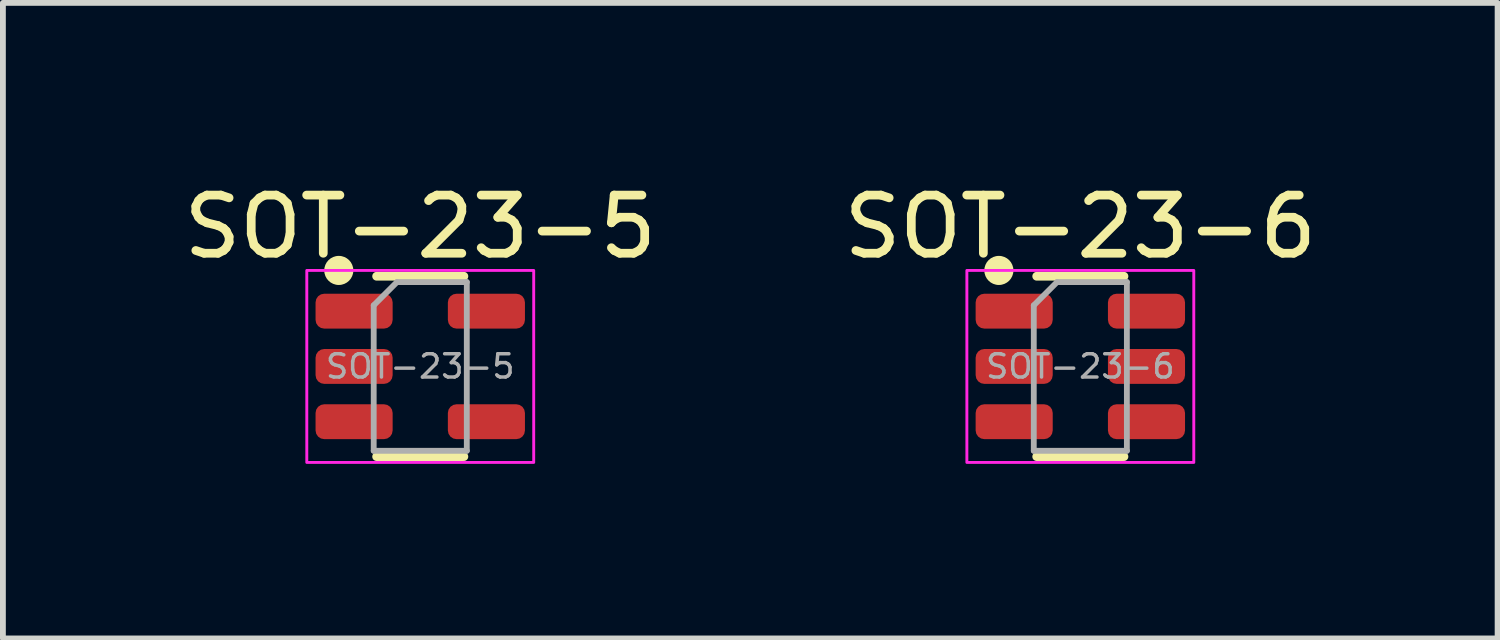
<source format=kicad_pcb>
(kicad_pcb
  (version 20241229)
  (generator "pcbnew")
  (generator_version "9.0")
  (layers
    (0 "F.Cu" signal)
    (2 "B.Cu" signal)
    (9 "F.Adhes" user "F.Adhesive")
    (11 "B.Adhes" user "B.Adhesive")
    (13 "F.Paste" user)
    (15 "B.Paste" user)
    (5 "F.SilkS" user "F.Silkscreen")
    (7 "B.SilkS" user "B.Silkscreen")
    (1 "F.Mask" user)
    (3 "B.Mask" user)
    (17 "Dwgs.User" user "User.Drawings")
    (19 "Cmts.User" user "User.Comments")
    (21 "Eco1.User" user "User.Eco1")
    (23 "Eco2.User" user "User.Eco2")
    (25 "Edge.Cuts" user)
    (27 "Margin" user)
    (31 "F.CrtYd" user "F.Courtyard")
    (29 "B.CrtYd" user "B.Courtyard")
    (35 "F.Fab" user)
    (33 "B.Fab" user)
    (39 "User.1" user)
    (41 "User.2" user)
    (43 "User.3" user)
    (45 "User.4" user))
  (footprint "SOT-23-6"
    (layer "F.Cu")
    (at 15.518 3.248)
    (property "Reference" "SOT-23-6" (at 0 -2.4 0) (layer "F.SilkS") (effects (font (size 1 1) (thickness 0.15))))
    (attr smd)
    (fp_line (start -0.75 -1.55) (end 0.75 -1.55) (stroke (width 0.15) (type solid)) (layer "F.SilkS"))
    (fp_line (start -0.75 1.55) (end 0.75 1.55) (stroke (width 0.15) (type solid)) (layer "F.SilkS"))
    (fp_circle (center -1.4 -1.65) (end -1.2 -1.65) (stroke (width 0.1) (type solid)) (fill yes) (layer "F.SilkS"))
    (fp_rect (start -1.95 -1.65) (end 1.95 1.65) (stroke (width 0.05) (type solid)) (fill no) (layer "F.CrtYd"))
    (fp_line (start -0.8 -1.05) (end -0.4 -1.45) (stroke (width 0.1) (type solid)) (layer "F.Fab"))
    (fp_line (start -0.8 1.45) (end -0.8 -1.05) (stroke (width 0.1) (type solid)) (layer "F.Fab"))
    (fp_line (start -0.4 -1.45) (end 0.8 -1.45) (stroke (width 0.1) (type solid)) (layer "F.Fab"))
    (fp_line (start 0.8 -1.45) (end 0.8 1.45) (stroke (width 0.1) (type solid)) (layer "F.Fab"))
    (fp_line (start 0.8 1.45) (end -0.8 1.45) (stroke (width 0.1) (type solid)) (layer "F.Fab"))
    (fp_text user "${REFERENCE}" (at 0 0 0) (layer "F.Fab") (effects (font (size 0.4 0.4) (thickness 0.06))))
    (pad "1" smd roundrect (at -1.137 -0.95) (size 1.325 0.6) (layers "F.Cu" "F.Mask" "F.Paste") (roundrect_rratio 0.25))
    (pad "2" smd roundrect (at -1.137 0) (size 1.325 0.6) (layers "F.Cu" "F.Mask" "F.Paste") (roundrect_rratio 0.25))
    (pad "3" smd roundrect (at -1.137 0.95) (size 1.325 0.6) (layers "F.Cu" "F.Mask" "F.Paste") (roundrect_rratio 0.25))
    (pad "4" smd roundrect (at 1.137 0.95) (size 1.325 0.6) (layers "F.Cu" "F.Mask" "F.Paste") (roundrect_rratio 0.25))
    (pad "5" smd roundrect (at 1.137 0) (size 1.325 0.6) (layers "F.Cu" "F.Mask" "F.Paste") (roundrect_rratio 0.25))
    (pad "6" smd roundrect (at 1.137 -0.95) (size 1.325 0.6) (layers "F.Cu" "F.Mask" "F.Paste") (roundrect_rratio 0.25)))
  (footprint "SOT-23-5"
    (layer "F.Cu")
    (at 4.173 3.248)
    (property "Reference" "SOT-23-5" (at 0 -2.4 0) (layer "F.SilkS") (effects (font (size 1 1) (thickness 0.15))))
    (attr smd)
    (fp_line (start -0.75 -1.55) (end 0.75 -1.55) (stroke (width 0.15) (type solid)) (layer "F.SilkS"))
    (fp_line (start -0.75 1.55) (end 0.75 1.55) (stroke (width 0.15) (type solid)) (layer "F.SilkS"))
    (fp_circle (center -1.4 -1.65) (end -1.2 -1.65) (stroke (width 0.1) (type solid)) (fill yes) (layer "F.SilkS"))
    (fp_rect (start -1.95 -1.65) (end 1.95 1.65) (stroke (width 0.05) (type default)) (fill no) (layer "F.CrtYd"))
    (fp_line (start -0.8 -1.05) (end -0.4 -1.45) (stroke (width 0.1) (type solid)) (layer "F.Fab"))
    (fp_line (start -0.8 1.45) (end -0.8 -1.05) (stroke (width 0.1) (type solid)) (layer "F.Fab"))
    (fp_line (start -0.4 -1.45) (end 0.8 -1.45) (stroke (width 0.1) (type solid)) (layer "F.Fab"))
    (fp_line (start 0.8 -1.45) (end 0.8 1.45) (stroke (width 0.1) (type solid)) (layer "F.Fab"))
    (fp_line (start 0.8 1.45) (end -0.8 1.45) (stroke (width 0.1) (type solid)) (layer "F.Fab"))
    (fp_text user "${REFERENCE}" (at 0 0 0) (layer "F.Fab") (effects (font (size 0.4 0.4) (thickness 0.06))))
    (pad "1" smd roundrect (at -1.137 -0.95) (size 1.325 0.6) (layers "F.Cu" "F.Mask" "F.Paste") (roundrect_rratio 0.25))
    (pad "2" smd roundrect (at -1.137 0) (size 1.325 0.6) (layers "F.Cu" "F.Mask" "F.Paste") (roundrect_rratio 0.25))
    (pad "3" smd roundrect (at -1.137 0.95) (size 1.325 0.6) (layers "F.Cu" "F.Mask" "F.Paste") (roundrect_rratio 0.25))
    (pad "4" smd roundrect (at 1.137 0.95) (size 1.325 0.6) (layers "F.Cu" "F.Mask" "F.Paste") (roundrect_rratio 0.25))
    (pad "5" smd roundrect (at 1.137 -0.95) (size 1.325 0.6) (layers "F.Cu" "F.Mask" "F.Paste") (roundrect_rratio 0.25)))
  (gr_rect
    (start -3 -3)
    (end 22.69 7.923)
    (stroke (width 0.1) (type default))
    (fill no)
    (layer "Edge.Cuts")))
</source>
